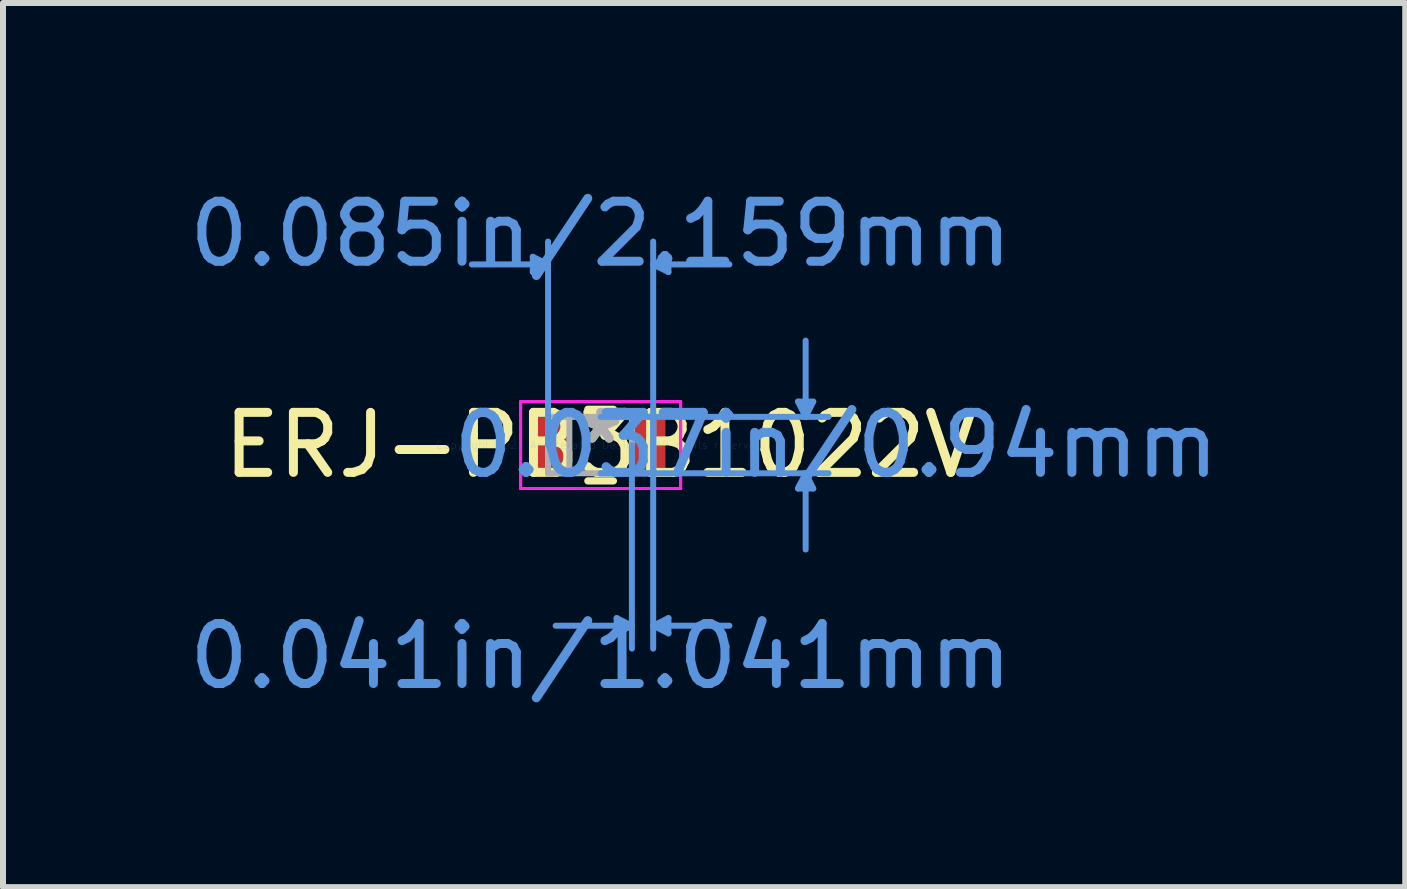
<source format=kicad_pcb>
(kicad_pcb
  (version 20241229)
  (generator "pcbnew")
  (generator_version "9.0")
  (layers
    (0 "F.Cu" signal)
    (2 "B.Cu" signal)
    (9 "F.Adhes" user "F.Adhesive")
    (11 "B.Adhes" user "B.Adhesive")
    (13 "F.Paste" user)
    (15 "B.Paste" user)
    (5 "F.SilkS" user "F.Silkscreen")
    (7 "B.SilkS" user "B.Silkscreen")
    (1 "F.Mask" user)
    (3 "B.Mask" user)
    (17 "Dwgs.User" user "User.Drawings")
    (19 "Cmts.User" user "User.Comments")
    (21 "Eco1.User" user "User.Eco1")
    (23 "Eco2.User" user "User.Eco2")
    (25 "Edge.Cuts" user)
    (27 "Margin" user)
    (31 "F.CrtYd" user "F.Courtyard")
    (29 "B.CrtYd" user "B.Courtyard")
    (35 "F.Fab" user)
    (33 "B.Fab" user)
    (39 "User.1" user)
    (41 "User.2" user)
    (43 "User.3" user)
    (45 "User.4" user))
  (footprint "ERJ-PB3B1022V"
    (layer "F.Cu")
    (at 6.958 4.366)
    (property "Reference" "ERJ-PB3B1022V" (at 0 0 0) (layer "F.SilkS") (effects (font (size 1 1) (thickness 0.15))))
    (attr through_hole)
    (fp_line (start -0.213 0.597) (end 0.213 0.597) (stroke (width 0.12) (type solid)) (layer "F.SilkS"))
    (fp_line (start 0.213 -0.597) (end -0.213 -0.597) (stroke (width 0.12) (type solid)) (layer "F.SilkS"))
    (fp_line (start -1.13 -3.137) (end -1.13 -2.883) (stroke (width 0.1) (type solid)) (layer "Cmts.User"))
    (fp_line (start -0.876 -3.01) (end -2.146 -3.01) (stroke (width 0.1) (type solid)) (layer "Cmts.User"))
    (fp_line (start -0.876 -3.01) (end -1.13 -3.137) (stroke (width 0.1) (type solid)) (layer "Cmts.User"))
    (fp_line (start -0.876 -3.01) (end -1.13 -2.883) (stroke (width 0.1) (type solid)) (layer "Cmts.User"))
    (fp_line (start -0.876 0) (end -0.876 -3.391) (stroke (width 0.1) (type solid)) (layer "Cmts.User"))
    (fp_line (start 0 -0.47) (end 3.797 -0.47) (stroke (width 0.1) (type solid)) (layer "Cmts.User"))
    (fp_line (start 0 0.47) (end 3.797 0.47) (stroke (width 0.1) (type solid)) (layer "Cmts.User"))
    (fp_line (start 0.267 2.883) (end 0.267 3.137) (stroke (width 0.1) (type solid)) (layer "Cmts.User"))
    (fp_line (start 0.521 0) (end 0.521 3.391) (stroke (width 0.1) (type solid)) (layer "Cmts.User"))
    (fp_line (start 0.521 3.01) (end -0.749 3.01) (stroke (width 0.1) (type solid)) (layer "Cmts.User"))
    (fp_line (start 0.521 3.01) (end 0.267 2.883) (stroke (width 0.1) (type solid)) (layer "Cmts.User"))
    (fp_line (start 0.521 3.01) (end 0.267 3.137) (stroke (width 0.1) (type solid)) (layer "Cmts.User"))
    (fp_line (start 0.876 -3.01) (end 1.13 -3.137) (stroke (width 0.1) (type solid)) (layer "Cmts.User"))
    (fp_line (start 0.876 -3.01) (end 1.13 -2.883) (stroke (width 0.1) (type solid)) (layer "Cmts.User"))
    (fp_line (start 0.876 -3.01) (end 2.146 -3.01) (stroke (width 0.1) (type solid)) (layer "Cmts.User"))
    (fp_line (start 0.876 0) (end 0.876 -3.391) (stroke (width 0.1) (type solid)) (layer "Cmts.User"))
    (fp_line (start 0.876 0) (end 0.876 3.391) (stroke (width 0.1) (type solid)) (layer "Cmts.User"))
    (fp_line (start 0.876 3.01) (end 1.13 2.883) (stroke (width 0.1) (type solid)) (layer "Cmts.User"))
    (fp_line (start 0.876 3.01) (end 1.13 3.137) (stroke (width 0.1) (type solid)) (layer "Cmts.User"))
    (fp_line (start 0.876 3.01) (end 2.146 3.01) (stroke (width 0.1) (type solid)) (layer "Cmts.User"))
    (fp_line (start 1.13 -3.137) (end 1.13 -2.883) (stroke (width 0.1) (type solid)) (layer "Cmts.User"))
    (fp_line (start 1.13 2.883) (end 1.13 3.137) (stroke (width 0.1) (type solid)) (layer "Cmts.User"))
    (fp_line (start 3.289 -0.724) (end 3.543 -0.724) (stroke (width 0.1) (type solid)) (layer "Cmts.User"))
    (fp_line (start 3.289 0.724) (end 3.543 0.724) (stroke (width 0.1) (type solid)) (layer "Cmts.User"))
    (fp_line (start 3.416 -0.47) (end 3.289 -0.724) (stroke (width 0.1) (type solid)) (layer "Cmts.User"))
    (fp_line (start 3.416 -0.47) (end 3.416 -1.74) (stroke (width 0.1) (type solid)) (layer "Cmts.User"))
    (fp_line (start 3.416 -0.47) (end 3.543 -0.724) (stroke (width 0.1) (type solid)) (layer "Cmts.User"))
    (fp_line (start 3.416 0.47) (end 3.289 0.724) (stroke (width 0.1) (type solid)) (layer "Cmts.User"))
    (fp_line (start 3.416 0.47) (end 3.416 1.74) (stroke (width 0.1) (type solid)) (layer "Cmts.User"))
    (fp_line (start 3.416 0.47) (end 3.543 0.724) (stroke (width 0.1) (type solid)) (layer "Cmts.User"))
    (fp_line (start -1.333 -0.724) (end 1.333 -0.724) (stroke (width 0.05) (type solid)) (layer "F.CrtYd"))
    (fp_line (start -1.333 -0.724) (end 1.333 -0.724) (stroke (width 0.05) (type solid)) (layer "F.CrtYd"))
    (fp_line (start -1.333 0.724) (end -1.333 -0.724) (stroke (width 0.05) (type solid)) (layer "F.CrtYd"))
    (fp_line (start -1.333 0.724) (end -1.333 -0.724) (stroke (width 0.05) (type solid)) (layer "F.CrtYd"))
    (fp_line (start 1.333 -0.724) (end 1.333 0.724) (stroke (width 0.05) (type solid)) (layer "F.CrtYd"))
    (fp_line (start 1.333 -0.724) (end 1.333 0.724) (stroke (width 0.05) (type solid)) (layer "F.CrtYd"))
    (fp_line (start 1.333 0.724) (end -1.333 0.724) (stroke (width 0.05) (type solid)) (layer "F.CrtYd"))
    (fp_line (start 1.333 0.724) (end -1.333 0.724) (stroke (width 0.05) (type solid)) (layer "F.CrtYd"))
    (fp_line (start -0.876 -0.47) (end -0.876 0.47) (stroke (width 0.1) (type solid)) (layer "F.Fab"))
    (fp_line (start -0.876 -0.47) (end -0.876 0.47) (stroke (width 0.1) (type solid)) (layer "F.Fab"))
    (fp_line (start -0.876 0.47) (end -0.521 0.47) (stroke (width 0.1) (type solid)) (layer "F.Fab"))
    (fp_line (start -0.876 0.47) (end 0.876 0.47) (stroke (width 0.1) (type solid)) (layer "F.Fab"))
    (fp_line (start -0.521 -0.47) (end -0.876 -0.47) (stroke (width 0.1) (type solid)) (layer "F.Fab"))
    (fp_line (start -0.521 0.47) (end -0.521 -0.47) (stroke (width 0.1) (type solid)) (layer "F.Fab"))
    (fp_line (start 0.521 -0.47) (end 0.521 0.47) (stroke (width 0.1) (type solid)) (layer "F.Fab"))
    (fp_line (start 0.521 0.47) (end 0.876 0.47) (stroke (width 0.1) (type solid)) (layer "F.Fab"))
    (fp_line (start 0.876 -0.47) (end -0.876 -0.47) (stroke (width 0.1) (type solid)) (layer "F.Fab"))
    (fp_line (start 0.876 -0.47) (end 0.521 -0.47) (stroke (width 0.1) (type solid)) (layer "F.Fab"))
    (fp_line (start 0.876 0.47) (end 0.876 -0.47) (stroke (width 0.1) (type solid)) (layer "F.Fab"))
    (fp_line (start 0.876 0.47) (end 0.876 -0.47) (stroke (width 0.1) (type solid)) (layer "F.Fab"))
    (fp_text user "*" (at 0 0 0) (layer "F.SilkS") (effects (font (size 1 1) (thickness 0.15))))
    (fp_text user "0.041in/1.041mm" (at 0 3.518 0) (layer "Cmts.User") (effects (font (size 1 1) (thickness 0.15))))
    (fp_text user "0.085in/2.159mm" (at 0 -3.518 0) (layer "Cmts.User") (effects (font (size 1 1) (thickness 0.15))))
    (fp_text user "0.037in/0.94mm" (at 3.924 0 0) (layer "Cmts.User") (effects (font (size 1 1) (thickness 0.15))))
    (fp_text user "Copyright 2021 Accelerated Designs. All rights reserved." (at 0 0 0) (layer "Cmts.User") (effects (font (size 0.127 0.127) (thickness 0.002))))
    (fp_text user "*" (at 0 0 0) (layer "F.Fab") (effects (font (size 1 1) (thickness 0.15))))
    (pad "1" smd rect (at -0.8 0) (size 0.559 0.94) (layers "F.Cu" "F.Mask" "F.Paste"))
    (pad "2" smd rect (at 0.8 0) (size 0.559 0.94) (layers "F.Cu" "F.Mask" "F.Paste")))
  (gr_rect
    (start -3 -3)
    (end 20.365 11.732)
    (stroke (width 0.1) (type default))
    (fill no)
    (layer "Edge.Cuts")))
</source>
